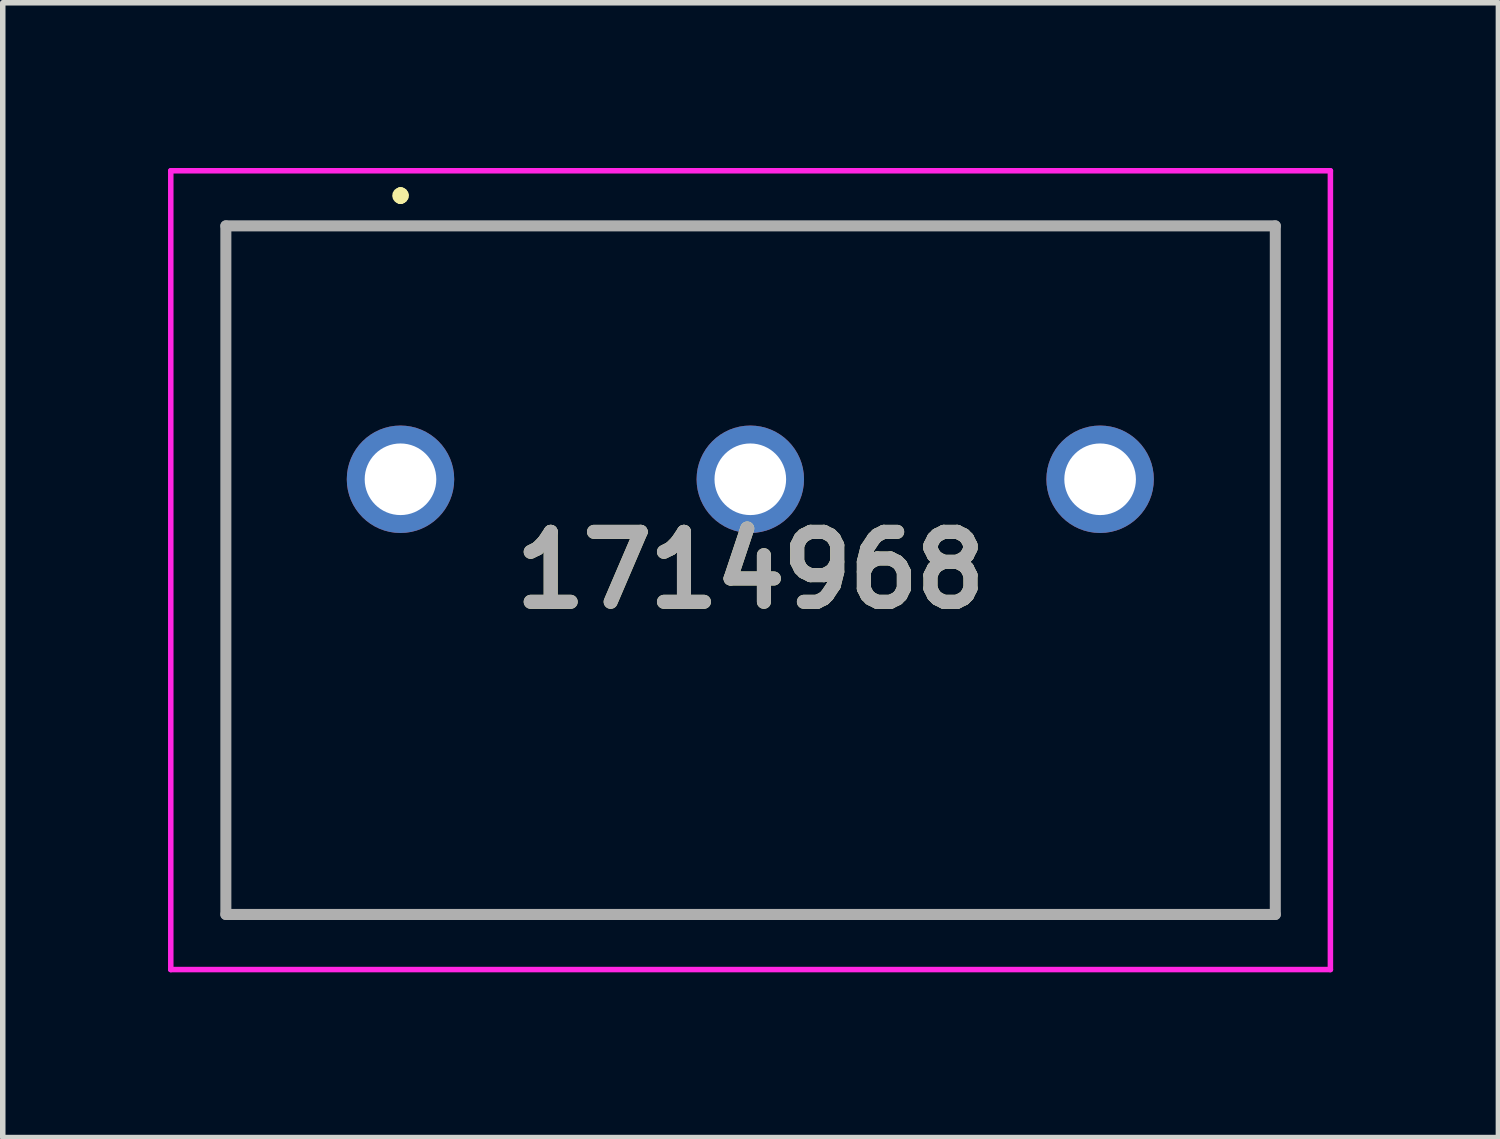
<source format=kicad_pcb>
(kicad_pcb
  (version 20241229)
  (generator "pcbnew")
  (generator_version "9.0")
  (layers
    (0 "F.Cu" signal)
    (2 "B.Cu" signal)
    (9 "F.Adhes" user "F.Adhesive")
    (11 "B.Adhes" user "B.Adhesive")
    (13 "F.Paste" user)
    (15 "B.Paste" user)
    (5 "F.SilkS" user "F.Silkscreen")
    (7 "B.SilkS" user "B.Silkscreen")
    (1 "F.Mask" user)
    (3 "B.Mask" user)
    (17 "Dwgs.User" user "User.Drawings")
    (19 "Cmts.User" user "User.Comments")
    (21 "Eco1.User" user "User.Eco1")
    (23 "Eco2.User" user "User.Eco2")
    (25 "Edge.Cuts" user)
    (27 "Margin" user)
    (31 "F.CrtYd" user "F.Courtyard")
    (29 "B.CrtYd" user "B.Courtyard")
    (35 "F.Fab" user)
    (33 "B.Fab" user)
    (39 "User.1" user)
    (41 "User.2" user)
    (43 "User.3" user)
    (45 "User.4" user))
  (footprint "1714968"
    (layer "F.Cu")
    (at 4.22 5.65)
    (property "Reference" "1714968" (at 6.355 1.65 0) (layer "F.SilkS") (effects (font (size 1.27 1.27) (thickness 0.254))))
    (attr through_hole)
    (fp_line (start -3.17 -4.6) (end 15.88 -4.6) (stroke (width 0.1) (type solid)) (layer "F.SilkS"))
    (fp_line (start -3.17 7.9) (end -3.17 -4.6) (stroke (width 0.1) (type solid)) (layer "F.SilkS"))
    (fp_line (start 0 -5.2) (end 0 -5.2) (stroke (width 0.2) (type solid)) (layer "F.SilkS"))
    (fp_line (start 0 -5.1) (end 0 -5.1) (stroke (width 0.2) (type solid)) (layer "F.SilkS"))
    (fp_line (start 0 -5.1) (end 0 -5.1) (stroke (width 0.2) (type solid)) (layer "F.SilkS"))
    (fp_line (start 15.88 -4.6) (end 15.88 7.9) (stroke (width 0.1) (type solid)) (layer "F.SilkS"))
    (fp_line (start 15.88 7.9) (end -3.17 7.9) (stroke (width 0.1) (type solid)) (layer "F.SilkS"))
    (fp_arc (start 0 -5.2) (mid 0.05 -5.15) (end 0 -5.1) (stroke (width 0.2) (type solid)) (layer "F.SilkS"))
    (fp_arc (start 0 -5.2) (mid 0.05 -5.15) (end 0 -5.1) (stroke (width 0.2) (type solid)) (layer "F.SilkS"))
    (fp_arc (start 0 -5.1) (mid -0.05 -5.15) (end 0 -5.2) (stroke (width 0.2) (type solid)) (layer "F.SilkS"))
    (fp_line (start -4.17 -5.6) (end 16.88 -5.6) (stroke (width 0.1) (type solid)) (layer "F.CrtYd"))
    (fp_line (start -4.17 8.9) (end -4.17 -5.6) (stroke (width 0.1) (type solid)) (layer "F.CrtYd"))
    (fp_line (start 16.88 -5.6) (end 16.88 8.9) (stroke (width 0.1) (type solid)) (layer "F.CrtYd"))
    (fp_line (start 16.88 8.9) (end -4.17 8.9) (stroke (width 0.1) (type solid)) (layer "F.CrtYd"))
    (fp_line (start -3.17 -4.6) (end -3.17 7.9) (stroke (width 0.2) (type solid)) (layer "F.Fab"))
    (fp_line (start -3.17 7.9) (end 15.88 7.9) (stroke (width 0.2) (type solid)) (layer "F.Fab"))
    (fp_line (start 15.88 -4.6) (end -3.17 -4.6) (stroke (width 0.2) (type solid)) (layer "F.Fab"))
    (fp_line (start 15.88 7.9) (end 15.88 -4.6) (stroke (width 0.2) (type solid)) (layer "F.Fab"))
    (fp_text user "${REFERENCE}" (at 6.355 1.65 0) (layer "F.Fab") (effects (font (size 1.27 1.27) (thickness 0.254))))
    (pad "1" thru_hole circle (at 0 0) (size 1.95 1.95) (drill 1.3) (layers "*.Cu" "*.Mask"))
    (pad "2" thru_hole circle (at 6.35 0) (size 1.95 1.95) (drill 1.3) (layers "*.Cu" "*.Mask"))
    (pad "3" thru_hole circle (at 12.7 0) (size 1.95 1.95) (drill 1.3) (layers "*.Cu" "*.Mask")))
  (gr_rect
    (start -3 -3)
    (end 24.15 17.6)
    (stroke (width 0.1) (type default))
    (fill no)
    (layer "Edge.Cuts")))
</source>
